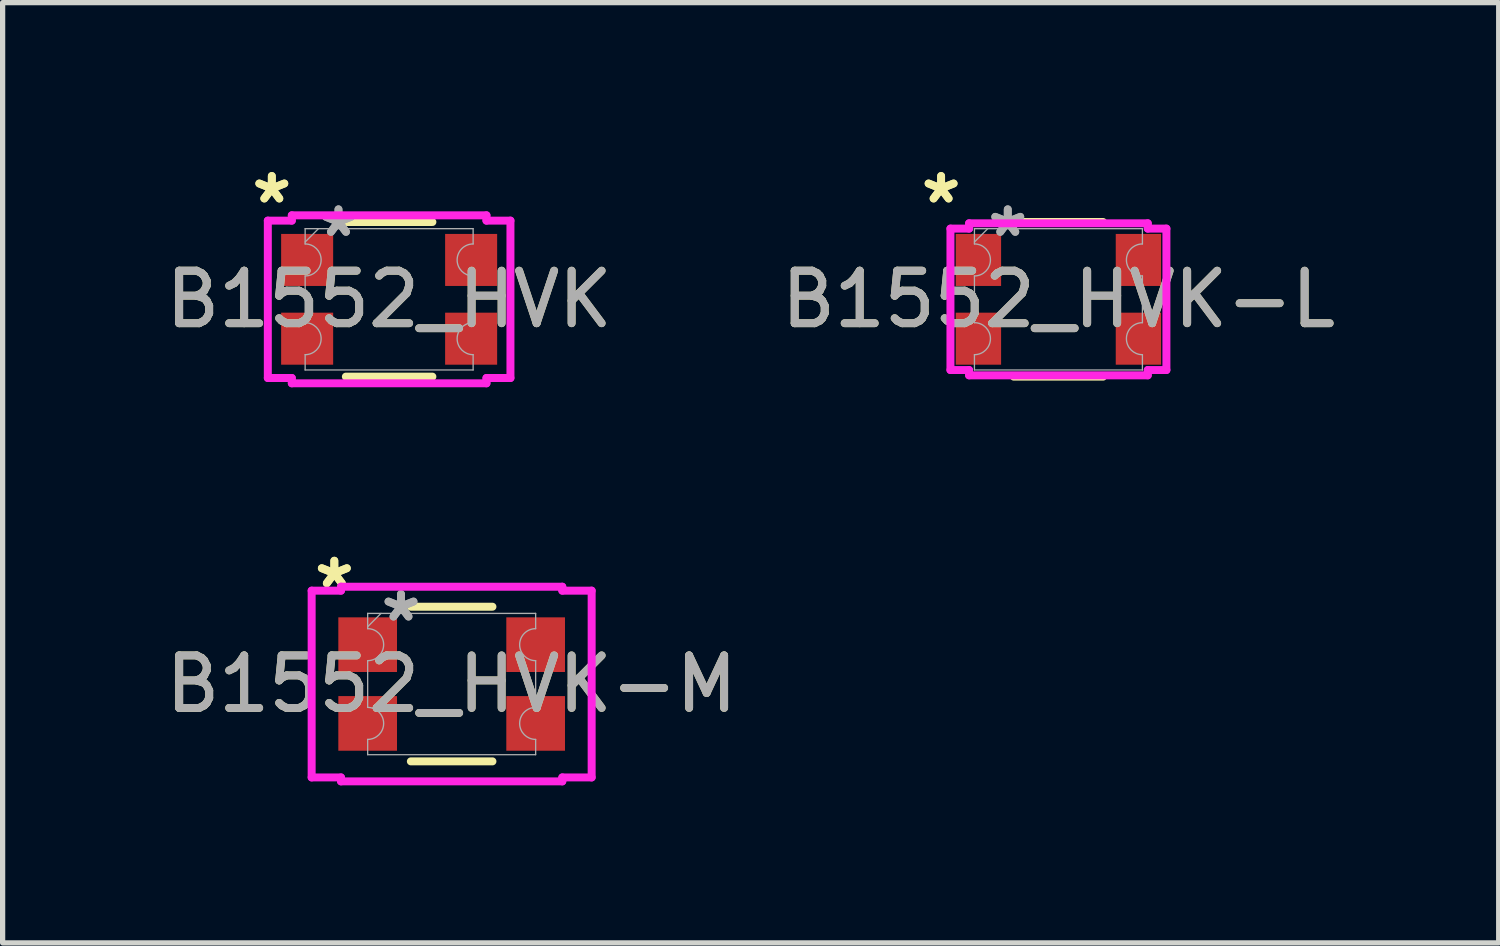
<source format=kicad_pcb>
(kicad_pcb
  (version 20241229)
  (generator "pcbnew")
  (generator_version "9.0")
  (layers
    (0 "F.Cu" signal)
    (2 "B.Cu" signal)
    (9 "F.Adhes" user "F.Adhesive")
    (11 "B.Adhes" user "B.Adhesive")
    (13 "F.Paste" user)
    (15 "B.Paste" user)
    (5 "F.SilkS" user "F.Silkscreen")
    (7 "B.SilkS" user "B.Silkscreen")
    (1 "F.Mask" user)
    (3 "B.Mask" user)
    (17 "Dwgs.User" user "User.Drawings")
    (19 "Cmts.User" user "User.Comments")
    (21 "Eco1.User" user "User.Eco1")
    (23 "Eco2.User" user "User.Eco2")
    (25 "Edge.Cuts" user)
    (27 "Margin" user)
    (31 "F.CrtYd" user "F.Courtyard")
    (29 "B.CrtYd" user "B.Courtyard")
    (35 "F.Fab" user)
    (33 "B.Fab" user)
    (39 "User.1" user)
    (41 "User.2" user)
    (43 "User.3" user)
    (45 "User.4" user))
  (footprint "B1552_HVK-L"
    (layer "F.Cu")
    (at 17.113 2.652)
    (property "Reference" "B1552_HVK-L" (at 0 0 0) (unlocked yes) (layer "F.SilkS") (effects (font (size 1 1) (thickness 0.15))))
    (attr smd)
    (fp_line (start -0.85 -1.473) (end 0.85 -1.473) (stroke (width 0.152) (type solid)) (layer "F.SilkS"))
    (fp_line (start -0.85 1.473) (end 0.85 1.473) (stroke (width 0.152) (type solid)) (layer "F.SilkS"))
    (fp_line (start -2.057 -1.347) (end -1.702 -1.347) (stroke (width 0.152) (type solid)) (layer "F.CrtYd"))
    (fp_line (start -2.057 1.347) (end -2.057 -1.347) (stroke (width 0.152) (type solid)) (layer "F.CrtYd"))
    (fp_line (start -2.057 1.347) (end -1.702 1.347) (stroke (width 0.152) (type solid)) (layer "F.CrtYd"))
    (fp_line (start -1.702 -1.448) (end 1.702 -1.448) (stroke (width 0.152) (type solid)) (layer "F.CrtYd"))
    (fp_line (start -1.702 -1.347) (end -1.702 -1.448) (stroke (width 0.152) (type solid)) (layer "F.CrtYd"))
    (fp_line (start -1.702 1.448) (end -1.702 1.347) (stroke (width 0.152) (type solid)) (layer "F.CrtYd"))
    (fp_line (start 1.702 -1.448) (end 1.702 -1.347) (stroke (width 0.152) (type solid)) (layer "F.CrtYd"))
    (fp_line (start 1.702 1.347) (end 1.702 1.448) (stroke (width 0.152) (type solid)) (layer "F.CrtYd"))
    (fp_line (start 1.702 1.448) (end -1.702 1.448) (stroke (width 0.152) (type solid)) (layer "F.CrtYd"))
    (fp_line (start 2.057 -1.347) (end 1.702 -1.347) (stroke (width 0.152) (type solid)) (layer "F.CrtYd"))
    (fp_line (start 2.057 -1.347) (end 2.057 1.347) (stroke (width 0.152) (type solid)) (layer "F.CrtYd"))
    (fp_line (start 2.057 1.347) (end 1.702 1.347) (stroke (width 0.152) (type solid)) (layer "F.CrtYd"))
    (fp_line (start -1.6 -1.346) (end 1.6 -1.346) (stroke (width 0.025) (type solid)) (layer "F.Fab"))
    (fp_line (start -1.6 -1.055) (end -1.6 -1.346) (stroke (width 0.025) (type solid)) (layer "F.Fab"))
    (fp_line (start -1.6 -0.445) (end -1.6 0.445) (stroke (width 0.025) (type solid)) (layer "F.Fab"))
    (fp_line (start -1.6 1.055) (end -1.6 1.346) (stroke (width 0.025) (type solid)) (layer "F.Fab"))
    (fp_line (start -1.6 1.346) (end 1.6 1.346) (stroke (width 0.025) (type solid)) (layer "F.Fab"))
    (fp_line (start -1.346 -1.346) (end -1.6 -1.092) (stroke (width 0.025) (type solid)) (layer "F.Fab"))
    (fp_line (start 1.6 -1.055) (end 1.6 -1.346) (stroke (width 0.025) (type solid)) (layer "F.Fab"))
    (fp_line (start 1.6 -0.445) (end 1.6 0.445) (stroke (width 0.025) (type solid)) (layer "F.Fab"))
    (fp_line (start 1.6 1.055) (end 1.6 1.346) (stroke (width 0.025) (type solid)) (layer "F.Fab"))
    (fp_arc (start -1.6002 -1.054801) (mid -1.2954 -0.750001) (end -1.6002 -0.445201) (stroke (width 0.0254) (type solid)) (layer "F.Fab"))
    (fp_arc (start -1.6002 0.445201) (mid -1.2954 0.750001) (end -1.6002 1.054801) (stroke (width 0.0254) (type solid)) (layer "F.Fab"))
    (fp_arc (start 1.6002 -0.445201) (mid 1.2954 -0.750001) (end 1.6002 -1.054801) (stroke (width 0.0254) (type solid)) (layer "F.Fab"))
    (fp_arc (start 1.6002 1.054801) (mid 1.2954 0.750001) (end 1.6002 0.445201) (stroke (width 0.0254) (type solid)) (layer "F.Fab"))
    (fp_text user "*" (at -2.235 -1.804 0) (unlocked yes) (layer "F.SilkS") (effects (font (size 1 1) (thickness 0.15))))
    (fp_text user "*" (at -2.235 -1.804 0) (layer "F.SilkS") (effects (font (size 1 1) (thickness 0.15))))
    (fp_text user "${REFERENCE}" (at 0 0 0) (unlocked yes) (layer "F.Fab") (effects (font (size 1 1) (thickness 0.15))))
    (fp_text user "*" (at -0.965 -1.169 0) (unlocked yes) (layer "F.Fab") (effects (font (size 1 1) (thickness 0.15))))
    (fp_text user "*" (at -0.965 -1.169 0) (layer "F.Fab") (effects (font (size 1 1) (thickness 0.15))))
    (pad "1" smd rect (at -1.524 -0.75) (size 0.864 0.991) (layers "F.Cu" "F.Mask" "F.Paste"))
    (pad "2" smd rect (at -1.524 0.75) (size 0.864 0.991) (layers "F.Cu" "F.Mask" "F.Paste"))
    (pad "3" smd rect (at 1.524 -0.75) (size 0.864 0.991) (layers "F.Cu" "F.Mask" "F.Paste"))
    (pad "4" smd rect (at 1.524 0.75) (size 0.864 0.991) (layers "F.Cu" "F.Mask" "F.Paste")))
  (footprint "B1552_HVK"
    (layer "F.Cu")
    (at 4.363 2.652)
    (property "Reference" "B1552_HVK" (at 0 0 0) (unlocked yes) (layer "F.SilkS") (effects (font (size 1 1) (thickness 0.15))))
    (attr smd)
    (fp_line (start -0.824 -1.473) (end 0.824 -1.473) (stroke (width 0.152) (type solid)) (layer "F.SilkS"))
    (fp_line (start -0.824 1.473) (end 0.824 1.473) (stroke (width 0.152) (type solid)) (layer "F.SilkS"))
    (fp_line (start -2.311 -1.499) (end -1.854 -1.499) (stroke (width 0.152) (type solid)) (layer "F.CrtYd"))
    (fp_line (start -2.311 1.499) (end -2.311 -1.499) (stroke (width 0.152) (type solid)) (layer "F.CrtYd"))
    (fp_line (start -2.311 1.499) (end -1.854 1.499) (stroke (width 0.152) (type solid)) (layer "F.CrtYd"))
    (fp_line (start -1.854 -1.6) (end 1.854 -1.6) (stroke (width 0.152) (type solid)) (layer "F.CrtYd"))
    (fp_line (start -1.854 -1.499) (end -1.854 -1.6) (stroke (width 0.152) (type solid)) (layer "F.CrtYd"))
    (fp_line (start -1.854 1.6) (end -1.854 1.499) (stroke (width 0.152) (type solid)) (layer "F.CrtYd"))
    (fp_line (start 1.854 -1.6) (end 1.854 -1.499) (stroke (width 0.152) (type solid)) (layer "F.CrtYd"))
    (fp_line (start 1.854 1.499) (end 1.854 1.6) (stroke (width 0.152) (type solid)) (layer "F.CrtYd"))
    (fp_line (start 1.854 1.6) (end -1.854 1.6) (stroke (width 0.152) (type solid)) (layer "F.CrtYd"))
    (fp_line (start 2.311 -1.499) (end 1.854 -1.499) (stroke (width 0.152) (type solid)) (layer "F.CrtYd"))
    (fp_line (start 2.311 -1.499) (end 2.311 1.499) (stroke (width 0.152) (type solid)) (layer "F.CrtYd"))
    (fp_line (start 2.311 1.499) (end 1.854 1.499) (stroke (width 0.152) (type solid)) (layer "F.CrtYd"))
    (fp_line (start -1.6 -1.346) (end 1.6 -1.346) (stroke (width 0.025) (type solid)) (layer "F.Fab"))
    (fp_line (start -1.6 -1.055) (end -1.6 -1.346) (stroke (width 0.025) (type solid)) (layer "F.Fab"))
    (fp_line (start -1.6 -0.445) (end -1.6 0.445) (stroke (width 0.025) (type solid)) (layer "F.Fab"))
    (fp_line (start -1.6 1.055) (end -1.6 1.346) (stroke (width 0.025) (type solid)) (layer "F.Fab"))
    (fp_line (start -1.6 1.346) (end 1.6 1.346) (stroke (width 0.025) (type solid)) (layer "F.Fab"))
    (fp_line (start -1.346 -1.346) (end -1.6 -1.092) (stroke (width 0.025) (type solid)) (layer "F.Fab"))
    (fp_line (start 1.6 -1.055) (end 1.6 -1.346) (stroke (width 0.025) (type solid)) (layer "F.Fab"))
    (fp_line (start 1.6 -0.445) (end 1.6 0.445) (stroke (width 0.025) (type solid)) (layer "F.Fab"))
    (fp_line (start 1.6 1.055) (end 1.6 1.346) (stroke (width 0.025) (type solid)) (layer "F.Fab"))
    (fp_arc (start -1.6002 -1.054801) (mid -1.2954 -0.750001) (end -1.6002 -0.445201) (stroke (width 0.0254) (type solid)) (layer "F.Fab"))
    (fp_arc (start -1.6002 0.445201) (mid -1.2954 0.750001) (end -1.6002 1.054801) (stroke (width 0.0254) (type solid)) (layer "F.Fab"))
    (fp_arc (start 1.6002 -0.445201) (mid 1.2954 -0.750001) (end 1.6002 -1.054801) (stroke (width 0.0254) (type solid)) (layer "F.Fab"))
    (fp_arc (start 1.6002 1.054801) (mid 1.2954 0.750001) (end 1.6002 0.445201) (stroke (width 0.0254) (type solid)) (layer "F.Fab"))
    (fp_text user "*" (at -2.235 -1.804 0) (unlocked yes) (layer "F.SilkS") (effects (font (size 1 1) (thickness 0.15))))
    (fp_text user "*" (at -2.235 -1.804 0) (layer "F.SilkS") (effects (font (size 1 1) (thickness 0.15))))
    (fp_text user "*" (at -0.965 -1.169 0) (unlocked yes) (layer "F.Fab") (effects (font (size 1 1) (thickness 0.15))))
    (fp_text user "${REFERENCE}" (at 0 0 0) (unlocked yes) (layer "F.Fab") (effects (font (size 1 1) (thickness 0.15))))
    (fp_text user "*" (at -0.965 -1.169 0) (layer "F.Fab") (effects (font (size 1 1) (thickness 0.15))))
    (pad "1" smd rect (at -1.562 -0.75) (size 0.991 0.991) (layers "F.Cu" "F.Mask" "F.Paste"))
    (pad "2" smd rect (at -1.562 0.75) (size 0.991 0.991) (layers "F.Cu" "F.Mask" "F.Paste"))
    (pad "3" smd rect (at 1.562 0.75) (size 0.991 0.991) (layers "F.Cu" "F.Mask" "F.Paste"))
    (pad "4" smd rect (at 1.562 -0.75) (size 0.991 0.991) (layers "F.Cu" "F.Mask" "F.Paste")))
  (footprint "B1552_HVK-M"
    (layer "F.Cu")
    (at 5.554 9.981)
    (property "Reference" "B1552_HVK-M" (at 0 0 0) (unlocked yes) (layer "F.SilkS") (effects (font (size 1 1) (thickness 0.15))))
    (attr smd)
    (fp_line (start -0.777 -1.473) (end 0.777 -1.473) (stroke (width 0.152) (type solid)) (layer "F.SilkS"))
    (fp_line (start -0.777 1.473) (end 0.777 1.473) (stroke (width 0.152) (type solid)) (layer "F.SilkS"))
    (fp_line (start -2.667 -1.779) (end -2.108 -1.779) (stroke (width 0.152) (type solid)) (layer "F.CrtYd"))
    (fp_line (start -2.667 1.779) (end -2.667 -1.779) (stroke (width 0.152) (type solid)) (layer "F.CrtYd"))
    (fp_line (start -2.667 1.779) (end -2.108 1.779) (stroke (width 0.152) (type solid)) (layer "F.CrtYd"))
    (fp_line (start -2.108 -1.854) (end 2.108 -1.854) (stroke (width 0.152) (type solid)) (layer "F.CrtYd"))
    (fp_line (start -2.108 -1.779) (end -2.108 -1.854) (stroke (width 0.152) (type solid)) (layer "F.CrtYd"))
    (fp_line (start -2.108 1.854) (end -2.108 1.779) (stroke (width 0.152) (type solid)) (layer "F.CrtYd"))
    (fp_line (start 2.108 -1.854) (end 2.108 -1.779) (stroke (width 0.152) (type solid)) (layer "F.CrtYd"))
    (fp_line (start 2.108 1.779) (end 2.108 1.854) (stroke (width 0.152) (type solid)) (layer "F.CrtYd"))
    (fp_line (start 2.108 1.854) (end -2.108 1.854) (stroke (width 0.152) (type solid)) (layer "F.CrtYd"))
    (fp_line (start 2.667 -1.779) (end 2.108 -1.779) (stroke (width 0.152) (type solid)) (layer "F.CrtYd"))
    (fp_line (start 2.667 -1.779) (end 2.667 1.779) (stroke (width 0.152) (type solid)) (layer "F.CrtYd"))
    (fp_line (start 2.667 1.779) (end 2.108 1.779) (stroke (width 0.152) (type solid)) (layer "F.CrtYd"))
    (fp_line (start -1.6 -1.346) (end 1.6 -1.346) (stroke (width 0.025) (type solid)) (layer "F.Fab"))
    (fp_line (start -1.6 -1.055) (end -1.6 -1.346) (stroke (width 0.025) (type solid)) (layer "F.Fab"))
    (fp_line (start -1.6 -0.445) (end -1.6 0.445) (stroke (width 0.025) (type solid)) (layer "F.Fab"))
    (fp_line (start -1.6 1.055) (end -1.6 1.346) (stroke (width 0.025) (type solid)) (layer "F.Fab"))
    (fp_line (start -1.6 1.346) (end 1.6 1.346) (stroke (width 0.025) (type solid)) (layer "F.Fab"))
    (fp_line (start -1.346 -1.346) (end -1.6 -1.092) (stroke (width 0.025) (type solid)) (layer "F.Fab"))
    (fp_line (start 1.6 -1.055) (end 1.6 -1.346) (stroke (width 0.025) (type solid)) (layer "F.Fab"))
    (fp_line (start 1.6 -0.445) (end 1.6 0.445) (stroke (width 0.025) (type solid)) (layer "F.Fab"))
    (fp_line (start 1.6 1.055) (end 1.6 1.346) (stroke (width 0.025) (type solid)) (layer "F.Fab"))
    (fp_arc (start -1.6002 -1.054801) (mid -1.2954 -0.750001) (end -1.6002 -0.445201) (stroke (width 0.0254) (type solid)) (layer "F.Fab"))
    (fp_arc (start -1.6002 0.445201) (mid -1.2954 0.750001) (end -1.6002 1.054801) (stroke (width 0.0254) (type solid)) (layer "F.Fab"))
    (fp_arc (start 1.6002 -0.445201) (mid 1.2954 -0.750001) (end 1.6002 -1.054801) (stroke (width 0.0254) (type solid)) (layer "F.Fab"))
    (fp_arc (start 1.6002 1.054801) (mid 1.2954 0.750001) (end 1.6002 0.445201) (stroke (width 0.0254) (type solid)) (layer "F.Fab"))
    (fp_text user "*" (at -2.235 -1.804 0) (unlocked yes) (layer "F.SilkS") (effects (font (size 1 1) (thickness 0.15))))
    (fp_text user "*" (at -2.235 -1.804 0) (layer "F.SilkS") (effects (font (size 1 1) (thickness 0.15))))
    (fp_text user "*" (at -0.965 -1.169 0) (layer "F.Fab") (effects (font (size 1 1) (thickness 0.15))))
    (fp_text user "${REFERENCE}" (at 0 0 0) (unlocked yes) (layer "F.Fab") (effects (font (size 1 1) (thickness 0.15))))
    (fp_text user "*" (at -0.965 -1.169 0) (unlocked yes) (layer "F.Fab") (effects (font (size 1 1) (thickness 0.15))))
    (pad "1" smd rect (at -1.6 -0.75) (size 1.118 1.041) (layers "F.Cu" "F.Mask" "F.Paste"))
    (pad "2" smd rect (at -1.6 0.75) (size 1.118 1.041) (layers "F.Cu" "F.Mask" "F.Paste"))
    (pad "3" smd rect (at 1.6 0.75) (size 1.118 1.041) (layers "F.Cu" "F.Mask" "F.Paste"))
    (pad "4" smd rect (at 1.6 -0.75) (size 1.118 1.041) (layers "F.Cu" "F.Mask" "F.Paste")))
  (gr_rect
    (start -3 -3)
    (end 25.5 14.912)
    (stroke (width 0.1) (type default))
    (fill no)
    (layer "Edge.Cuts")))
</source>
